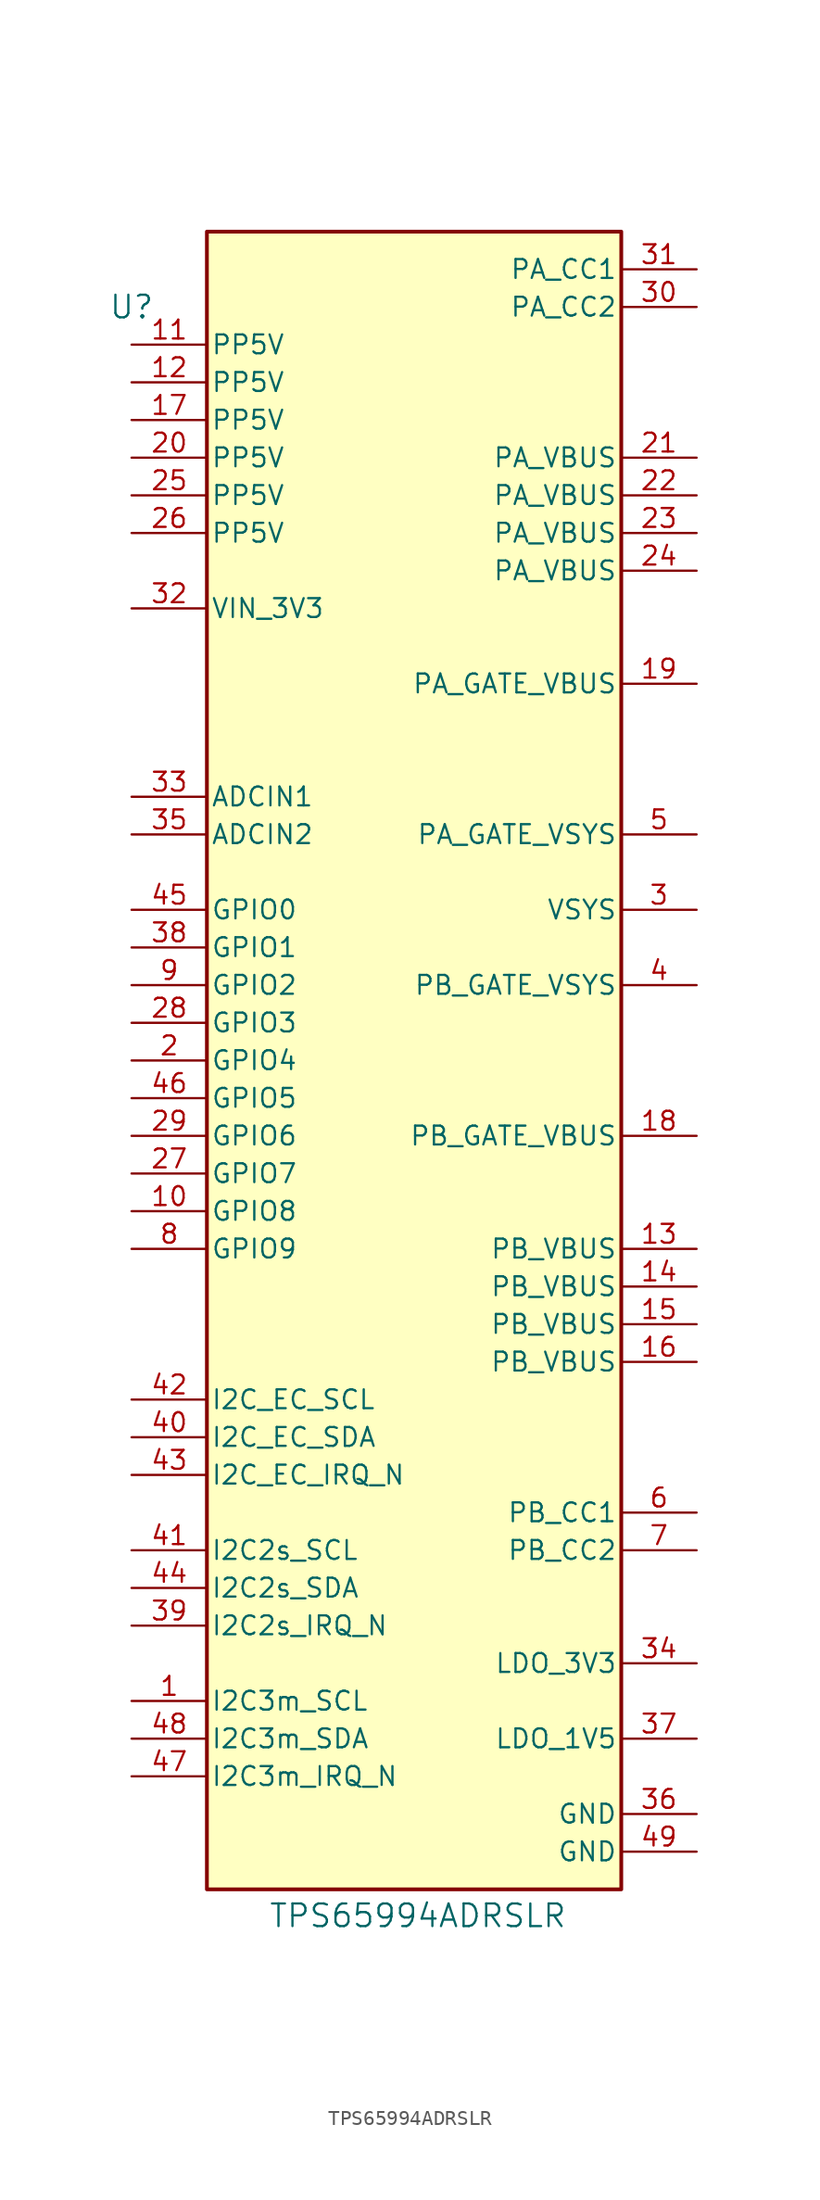
<source format=kicad_sym>
(kicad_symbol_lib
  (version 20231120)
  (generator "kicad_symbol_editor")
  (generator_version "8.0")
  (symbol "TPS65994ADRSLR"
    (pin_names
      (offset 0.254))
    (property "Reference" "U"
      (at 0 99.06 0)
      (effects (font (size 1.524 1.524))))
    (property "Value" "TPS65994ADRSLR"
      (at 19.304 -9.398 0)
      (effects (font (size 1.524 1.524))))
    (symbol "TPS65994ADRSLR_0_1"
      (pin output line (at 0 5.08 0) (length 5.08) (name "I2C3m_SCL" (effects (font (size 1.27 1.27)))) (number "1" (effects (font (size 1.27 1.27)))))
      (pin bidirectional line (at 0 38.1 0) (length 5.08) (name "GPIO8" (effects (font (size 1.27 1.27)))) (number "10" (effects (font (size 1.27 1.27)))))
      (pin power_in line (at 0 96.52 0) (length 5.08) (name "PP5V" (effects (font (size 1.27 1.27)))) (number "11" (effects (font (size 1.27 1.27)))))
      (pin power_in line (at 0 93.98 0) (length 5.08) (name "PP5V" (effects (font (size 1.27 1.27)))) (number "12" (effects (font (size 1.27 1.27)))))
      (pin unspecified line (at 38.1 35.56 180) (length 5.08) (name "PB_VBUS" (effects (font (size 1.27 1.27)))) (number "13" (effects (font (size 1.27 1.27)))))
      (pin unspecified line (at 38.1 33.02 180) (length 5.08) (name "PB_VBUS" (effects (font (size 1.27 1.27)))) (number "14" (effects (font (size 1.27 1.27)))))
      (pin unspecified line (at 38.1 30.48 180) (length 5.08) (name "PB_VBUS" (effects (font (size 1.27 1.27)))) (number "15" (effects (font (size 1.27 1.27)))))
      (pin unspecified line (at 38.1 27.94 180) (length 5.08) (name "PB_VBUS" (effects (font (size 1.27 1.27)))) (number "16" (effects (font (size 1.27 1.27)))))
      (pin power_in line (at 0 91.44 0) (length 5.08) (name "PP5V" (effects (font (size 1.27 1.27)))) (number "17" (effects (font (size 1.27 1.27)))))
      (pin unspecified line (at 38.1 43.18 180) (length 5.08) (name "PB_GATE_VBUS" (effects (font (size 1.27 1.27)))) (number "18" (effects (font (size 1.27 1.27)))))
      (pin unspecified line (at 38.1 73.66 180) (length 5.08) (name "PA_GATE_VBUS" (effects (font (size 1.27 1.27)))) (number "19" (effects (font (size 1.27 1.27)))))
      (pin bidirectional line (at 0 48.26 0) (length 5.08) (name "GPIO4" (effects (font (size 1.27 1.27)))) (number "2" (effects (font (size 1.27 1.27)))))
      (pin power_in line (at 0 88.9 0) (length 5.08) (name "PP5V" (effects (font (size 1.27 1.27)))) (number "20" (effects (font (size 1.27 1.27)))))
      (pin unspecified line (at 38.1 88.9 180) (length 5.08) (name "PA_VBUS" (effects (font (size 1.27 1.27)))) (number "21" (effects (font (size 1.27 1.27)))))
      (pin unspecified line (at 38.1 86.36 180) (length 5.08) (name "PA_VBUS" (effects (font (size 1.27 1.27)))) (number "22" (effects (font (size 1.27 1.27)))))
      (pin unspecified line (at 38.1 83.82 180) (length 5.08) (name "PA_VBUS" (effects (font (size 1.27 1.27)))) (number "23" (effects (font (size 1.27 1.27)))))
      (pin unspecified line (at 38.1 81.28 180) (length 5.08) (name "PA_VBUS" (effects (font (size 1.27 1.27)))) (number "24" (effects (font (size 1.27 1.27)))))
      (pin power_in line (at 0 86.36 0) (length 5.08) (name "PP5V" (effects (font (size 1.27 1.27)))) (number "25" (effects (font (size 1.27 1.27)))))
      (pin power_in line (at 0 83.82 0) (length 5.08) (name "PP5V" (effects (font (size 1.27 1.27)))) (number "26" (effects (font (size 1.27 1.27)))))
      (pin bidirectional line (at 0 40.64 0) (length 5.08) (name "GPIO7" (effects (font (size 1.27 1.27)))) (number "27" (effects (font (size 1.27 1.27)))))
      (pin bidirectional line (at 0 50.8 0) (length 5.08) (name "GPIO3" (effects (font (size 1.27 1.27)))) (number "28" (effects (font (size 1.27 1.27)))))
      (pin bidirectional line (at 0 43.18 0) (length 5.08) (name "GPIO6" (effects (font (size 1.27 1.27)))) (number "29" (effects (font (size 1.27 1.27)))))
      (pin power_in line (at 38.1 58.42 180) (length 5.08) (name "VSYS" (effects (font (size 1.27 1.27)))) (number "3" (effects (font (size 1.27 1.27)))))
      (pin bidirectional line (at 38.1 99.06 180) (length 5.08) (name "PA_CC2" (effects (font (size 1.27 1.27)))) (number "30" (effects (font (size 1.27 1.27)))))
      (pin bidirectional line (at 38.1 101.6 180) (length 5.08) (name "PA_CC1" (effects (font (size 1.27 1.27)))) (number "31" (effects (font (size 1.27 1.27)))))
      (pin power_in line (at 0 78.74 0) (length 5.08) (name "VIN_3V3" (effects (font (size 1.27 1.27)))) (number "32" (effects (font (size 1.27 1.27)))))
      (pin input line (at 0 66.04 0) (length 5.08) (name "ADCIN1" (effects (font (size 1.27 1.27)))) (number "33" (effects (font (size 1.27 1.27)))))
      (pin unspecified line (at 38.1 7.62 180) (length 5.08) (name "LDO_3V3" (effects (font (size 1.27 1.27)))) (number "34" (effects (font (size 1.27 1.27)))))
      (pin input line (at 0 63.5 0) (length 5.08) (name "ADCIN2" (effects (font (size 1.27 1.27)))) (number "35" (effects (font (size 1.27 1.27)))))
      (pin power_in line (at 38.1 -2.54 180) (length 5.08) (name "GND" (effects (font (size 1.27 1.27)))) (number "36" (effects (font (size 1.27 1.27)))))
      (pin unspecified line (at 38.1 2.54 180) (length 5.08) (name "LDO_1V5" (effects (font (size 1.27 1.27)))) (number "37" (effects (font (size 1.27 1.27)))))
      (pin bidirectional line (at 0 55.88 0) (length 5.08) (name "GPIO1" (effects (font (size 1.27 1.27)))) (number "38" (effects (font (size 1.27 1.27)))))
      (pin unspecified line (at 0 10.16 0) (length 5.08) (name "I2C2s_IRQ_N" (effects (font (size 1.27 1.27)))) (number "39" (effects (font (size 1.27 1.27)))))
      (pin unspecified line (at 38.1 53.34 180) (length 5.08) (name "PB_GATE_VSYS" (effects (font (size 1.27 1.27)))) (number "4" (effects (font (size 1.27 1.27)))))
      (pin bidirectional line (at 0 22.86 0) (length 5.08) (name "I2C_EC_SDA" (effects (font (size 1.27 1.27)))) (number "40" (effects (font (size 1.27 1.27)))))
      (pin output line (at 0 15.24 0) (length 5.08) (name "I2C2s_SCL" (effects (font (size 1.27 1.27)))) (number "41" (effects (font (size 1.27 1.27)))))
      (pin input line (at 0 25.4 0) (length 5.08) (name "I2C_EC_SCL" (effects (font (size 1.27 1.27)))) (number "42" (effects (font (size 1.27 1.27)))))
      (pin input line (at 0 20.32 0) (length 5.08) (name "I2C_EC_IRQ_N" (effects (font (size 1.27 1.27)))) (number "43" (effects (font (size 1.27 1.27)))))
      (pin bidirectional line (at 0 12.7 0) (length 5.08) (name "I2C2s_SDA" (effects (font (size 1.27 1.27)))) (number "44" (effects (font (size 1.27 1.27)))))
      (pin bidirectional line (at 0 58.42 0) (length 5.08) (name "GPIO0" (effects (font (size 1.27 1.27)))) (number "45" (effects (font (size 1.27 1.27)))))
      (pin bidirectional line (at 0 45.72 0) (length 5.08) (name "GPIO5" (effects (font (size 1.27 1.27)))) (number "46" (effects (font (size 1.27 1.27)))))
      (pin output line (at 0 0 0) (length 5.08) (name "I2C3m_IRQ_N" (effects (font (size 1.27 1.27)))) (number "47" (effects (font (size 1.27 1.27)))))
      (pin bidirectional line (at 0 2.54 0) (length 5.08) (name "I2C3m_SDA" (effects (font (size 1.27 1.27)))) (number "48" (effects (font (size 1.27 1.27)))))
      (pin power_in line (at 38.1 -5.08 180) (length 5.08) (name "GND" (effects (font (size 1.27 1.27)))) (number "49" (effects (font (size 1.27 1.27)))))
      (pin unspecified line (at 38.1 63.5 180) (length 5.08) (name "PA_GATE_VSYS" (effects (font (size 1.27 1.27)))) (number "5" (effects (font (size 1.27 1.27)))))
      (pin bidirectional line (at 38.1 17.78 180) (length 5.08) (name "PB_CC1" (effects (font (size 1.27 1.27)))) (number "6" (effects (font (size 1.27 1.27)))))
      (pin bidirectional line (at 38.1 15.24 180) (length 5.08) (name "PB_CC2" (effects (font (size 1.27 1.27)))) (number "7" (effects (font (size 1.27 1.27)))))
      (pin bidirectional line (at 0 35.56 0) (length 5.08) (name "GPIO9" (effects (font (size 1.27 1.27)))) (number "8" (effects (font (size 1.27 1.27)))))
      (pin bidirectional line (at 0 53.34 0) (length 5.08) (name "GPIO2" (effects (font (size 1.27 1.27)))) (number "9" (effects (font (size 1.27 1.27))))))
    (symbol "TPS65994ADRSLR_1_1"
      (rectangle (start 5.08 104.14) (end 33.02 -7.62) (stroke (width 0.254) (type default)) (fill (type background))))))
</source>
